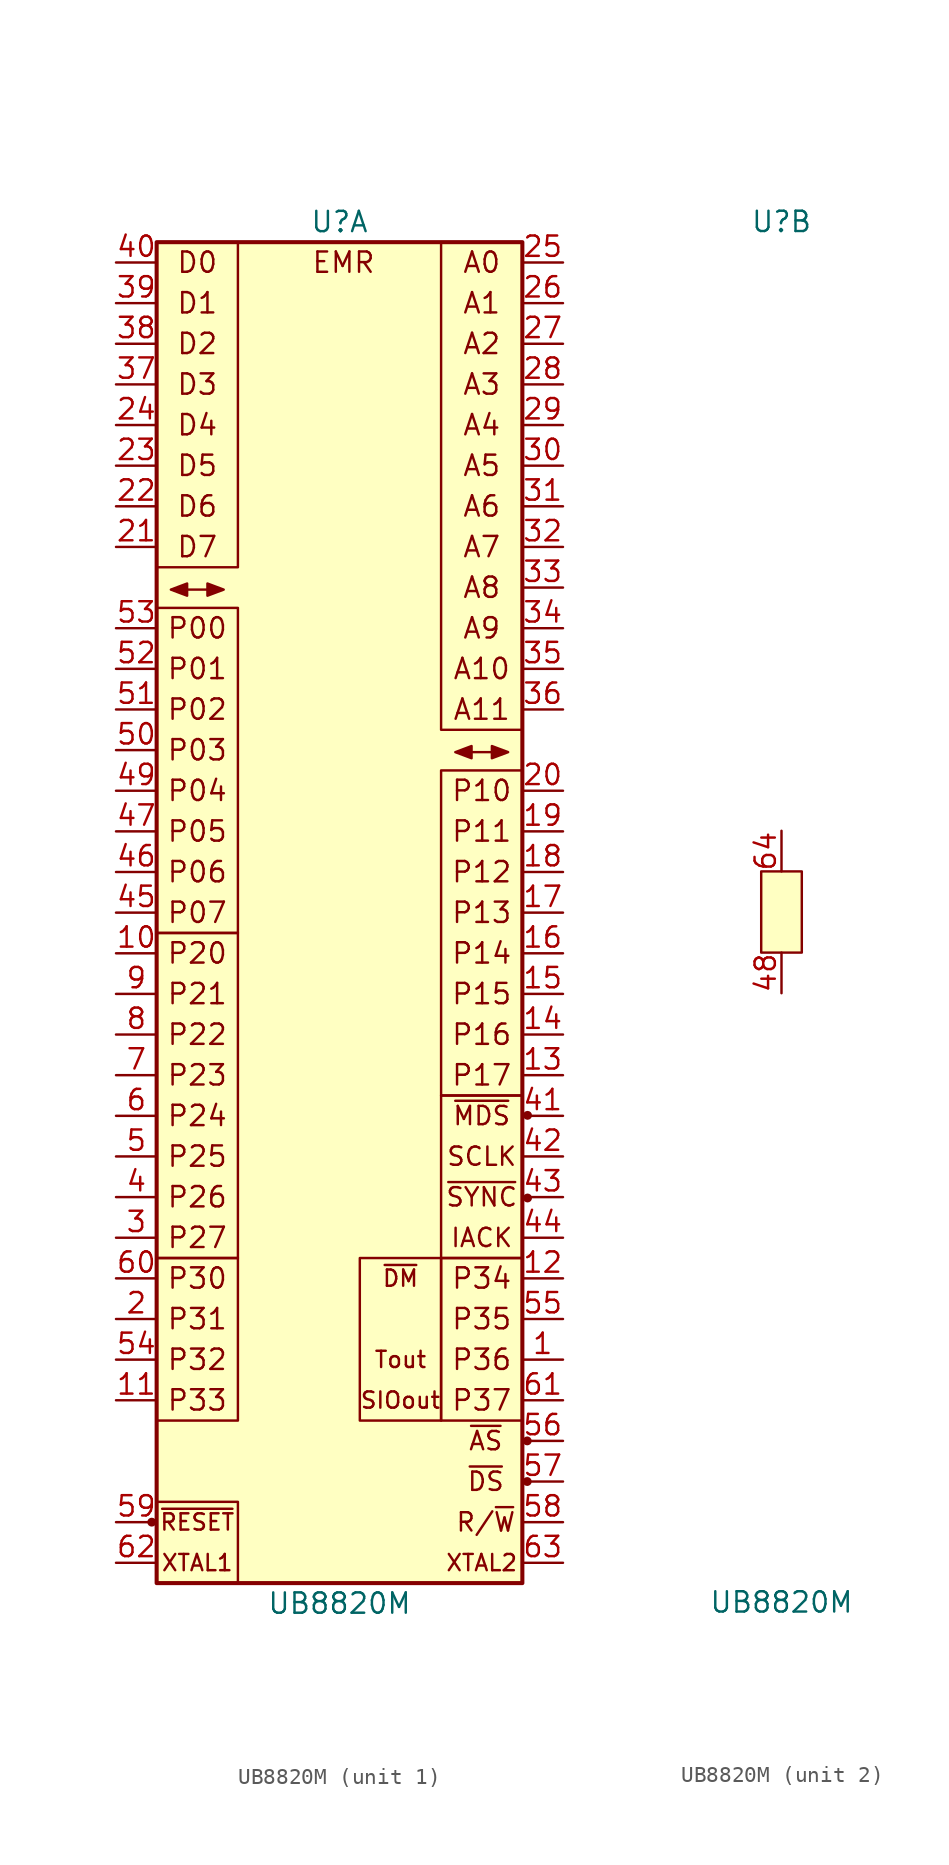
<source format=kicad_sym>
(kicad_symbol_lib
  (version 20211014)
  (generator kicad_symbol_editor)
  (symbol "UB8820M"
    (pin_names
      (offset 1.016) hide)
    (property "Reference" "U"
      (at 0 43.18 0)
      (effects (font (size 1.27 1.27))))
    (property "Value" "UB8820M"
      (at 0 -43.18 0)
      (effects (font (size 1.27 1.27))))
    (property "ki_locked" ""
      (at 0 0 0)
      (effects (font (size 1.27 1.27))))
    (symbol "UB8820M_1_0"
      (rectangle (start -11.43 -21.59) (end -6.35 -31.75) (stroke (width 0) (type default) (color 0 0 0 0)) (fill (type none)))
      (rectangle (start -11.43 21.59) (end -6.35 41.91) (stroke (width 0) (type default) (color 0 0 0 0)) (fill (type none)))
      (rectangle (start -6.35 -21.59) (end -11.43 -1.27) (stroke (width 0) (type default) (color 0 0 0 0)) (fill (type none)))
      (rectangle (start -6.35 -1.27) (end -11.43 19.05) (stroke (width 0) (type default) (color 0 0 0 0)) (fill (type none)))
      (rectangle (start 6.35 -11.43) (end 11.43 8.89) (stroke (width 0) (type default) (color 0 0 0 0)) (fill (type none)))
      (rectangle (start 11.43 11.43) (end 6.35 41.91) (stroke (width 0) (type default) (color 0 0 0 0)) (fill (type none))))
    (symbol "UB8820M_1_1"
      (circle (center -11.735 -38.1) (radius 0.203) (stroke (width 0) (type default) (color 0 0 0 0)) (fill (type outline)))
      (rectangle (start -11.43 -36.83) (end -6.35 -41.91) (stroke (width 0) (type default) (color 0 0 0 0)) (fill (type none)))
      (rectangle (start -11.43 41.91) (end 11.43 -41.91) (stroke (width 0.254) (type default) (color 0 0 0 0)) (fill (type background)))
      (polyline (pts (xy -9.525 20.193) (xy -8.255 20.193)) (stroke (width 0) (type default) (color 0 0 0 0)) (fill (type none)))
      (polyline (pts (xy 8.255 10.033) (xy 9.525 10.033)) (stroke (width 0) (type default) (color 0 0 0 0)) (fill (type none)))
      (polyline (pts (xy -9.525 20.574) (xy -10.541 20.193) (xy -9.525 19.812) (xy -9.525 20.574)) (stroke (width 0) (type default) (color 0 0 0 0)) (fill (type outline)))
      (polyline (pts (xy -8.255 20.574) (xy -7.239 20.193) (xy -8.255 19.812) (xy -8.255 20.574)) (stroke (width 0) (type default) (color 0 0 0 0)) (fill (type outline)))
      (polyline (pts (xy 8.255 10.414) (xy 7.239 10.033) (xy 8.255 9.652) (xy 8.255 10.414)) (stroke (width 0) (type default) (color 0 0 0 0)) (fill (type outline)))
      (polyline (pts (xy 9.525 10.414) (xy 10.541 10.033) (xy 9.525 9.652) (xy 9.525 10.414)) (stroke (width 0) (type default) (color 0 0 0 0)) (fill (type outline)))
      (rectangle (start 1.27 -21.59) (end 6.35 -31.75) (stroke (width 0) (type default) (color 0 0 0 0)) (fill (type none)))
      (rectangle (start 6.35 -21.59) (end 11.43 -31.75) (stroke (width 0) (type default) (color 0 0 0 0)) (fill (type none)))
      (rectangle (start 6.35 -11.43) (end 11.43 -21.59) (stroke (width 0) (type default) (color 0 0 0 0)) (fill (type none)))
      (circle (center 11.735 -35.56) (radius 0.203) (stroke (width 0) (type default) (color 0 0 0 0)) (fill (type outline)))
      (circle (center 11.735 -33.02) (radius 0.203) (stroke (width 0) (type default) (color 0 0 0 0)) (fill (type outline)))
      (circle (center 11.754 -17.837) (radius 0.203) (stroke (width 0) (type default) (color 0 0 0 0)) (fill (type outline)))
      (circle (center 11.754 -12.671) (radius 0.203) (stroke (width 0) (type default) (color 0 0 0 0)) (fill (type outline)))
      (text "A0" (at 8.89 40.64 0) (effects (font (size 1.27 1.27))))
      (text "A1" (at 8.89 38.1 0) (effects (font (size 1.27 1.27))))
      (text "A10" (at 8.89 15.24 0) (effects (font (size 1.27 1.27))))
      (text "A11" (at 8.89 12.7 0) (effects (font (size 1.27 1.27))))
      (text "A2" (at 8.89 35.56 0) (effects (font (size 1.27 1.27))))
      (text "A3" (at 8.89 33.02 0) (effects (font (size 1.27 1.27))))
      (text "A4" (at 8.89 30.48 0) (effects (font (size 1.27 1.27))))
      (text "A5" (at 8.89 27.94 0) (effects (font (size 1.27 1.27))))
      (text "A6" (at 8.89 25.4 0) (effects (font (size 1.27 1.27))))
      (text "A7" (at 8.89 22.86 0) (effects (font (size 1.27 1.27))))
      (text "A8" (at 8.89 20.32 0) (effects (font (size 1.27 1.27))))
      (text "A9" (at 8.89 17.78 0) (effects (font (size 1.27 1.27))))
      (text "D0" (at -8.89 40.64 0) (effects (font (size 1.27 1.27))))
      (text "D1" (at -8.89 38.1 0) (effects (font (size 1.27 1.27))))
      (text "D2" (at -8.89 35.56 0) (effects (font (size 1.27 1.27))))
      (text "D3" (at -8.89 33.02 0) (effects (font (size 1.27 1.27))))
      (text "D4" (at -8.89 30.48 0) (effects (font (size 1.27 1.27))))
      (text "D5" (at -8.89 27.94 0) (effects (font (size 1.27 1.27))))
      (text "D6" (at -8.89 25.4 0) (effects (font (size 1.27 1.27))))
      (text "D7" (at -8.89 22.86 0) (effects (font (size 1.27 1.27))))
      (text "EMR" (at 0.254 40.64 0) (effects (font (size 1.27 1.27))))
      (text "IACK" (at 8.89 -20.32 0) (effects (font (size 1.143 1.143))))
      (text "P00" (at -8.89 17.78 0) (effects (font (size 1.27 1.27))))
      (text "P01" (at -8.89 15.24 0) (effects (font (size 1.27 1.27))))
      (text "P02" (at -8.89 12.7 0) (effects (font (size 1.27 1.27))))
      (text "P03" (at -8.89 10.16 0) (effects (font (size 1.27 1.27))))
      (text "P04" (at -8.89 7.62 0) (effects (font (size 1.27 1.27))))
      (text "P05" (at -8.89 5.08 0) (effects (font (size 1.27 1.27))))
      (text "P06" (at -8.89 2.54 0) (effects (font (size 1.27 1.27))))
      (text "P07" (at -8.89 0 0) (effects (font (size 1.27 1.27))))
      (text "P10" (at 8.89 7.62 0) (effects (font (size 1.27 1.27))))
      (text "P11" (at 8.89 5.08 0) (effects (font (size 1.27 1.27))))
      (text "P12" (at 8.89 2.54 0) (effects (font (size 1.27 1.27))))
      (text "P13" (at 8.89 0 0) (effects (font (size 1.27 1.27))))
      (text "P14" (at 8.89 -2.54 0) (effects (font (size 1.27 1.27))))
      (text "P15" (at 8.89 -5.08 0) (effects (font (size 1.27 1.27))))
      (text "P16" (at 8.89 -7.62 0) (effects (font (size 1.27 1.27))))
      (text "P17" (at 8.89 -10.16 0) (effects (font (size 1.27 1.27))))
      (text "P20" (at -8.89 -2.54 0) (effects (font (size 1.27 1.27))))
      (text "P21" (at -8.89 -5.08 0) (effects (font (size 1.27 1.27))))
      (text "P22" (at -8.89 -7.62 0) (effects (font (size 1.27 1.27))))
      (text "P23" (at -8.89 -10.16 0) (effects (font (size 1.27 1.27))))
      (text "P24" (at -8.89 -12.7 0) (effects (font (size 1.27 1.27))))
      (text "P25" (at -8.89 -15.24 0) (effects (font (size 1.27 1.27))))
      (text "P26" (at -8.89 -17.78 0) (effects (font (size 1.27 1.27))))
      (text "P27" (at -8.89 -20.32 0) (effects (font (size 1.27 1.27))))
      (text "P30" (at -8.89 -22.86 0) (effects (font (size 1.27 1.27))))
      (text "P31" (at -8.89 -25.4 0) (effects (font (size 1.27 1.27))))
      (text "P32" (at -8.89 -27.94 0) (effects (font (size 1.27 1.27))))
      (text "P33" (at -8.89 -30.48 0) (effects (font (size 1.27 1.27))))
      (text "P34" (at 8.89 -22.86 0) (effects (font (size 1.27 1.27))))
      (text "P35" (at 8.89 -25.4 0) (effects (font (size 1.27 1.27))))
      (text "P36" (at 8.89 -27.94 0) (effects (font (size 1.27 1.27))))
      (text "P37" (at 8.89 -30.48 0) (effects (font (size 1.27 1.27))))
      (text "R/~{W}" (at 9.144 -38.1 0) (effects (font (size 1.143 1.143))))
      (text "SCLK" (at 8.89 -15.24 0) (effects (font (size 1.143 1.143))))
      (text "SIOout" (at 3.81 -30.48 0) (effects (font (size 1.016 1.016))))
      (text "Tout" (at 3.81 -27.94 0) (effects (font (size 1.016 1.016))))
      (text "XTAL1" (at -8.89 -40.64 0) (effects (font (size 1.016 1.016))))
      (text "XTAL2" (at 8.89 -40.64 0) (effects (font (size 1.016 1.016))))
      (text "~{AS}" (at 9.144 -33.02 0) (effects (font (size 1.143 1.143))))
      (text "~{DM}" (at 3.81 -22.86 0) (effects (font (size 1.016 1.016))))
      (text "~{DS}" (at 9.144 -35.56 0) (effects (font (size 1.143 1.143))))
      (text "~{MDS}" (at 8.89 -12.7 0) (effects (font (size 1.143 1.143))))
      (text "~{RESET}" (at -8.89 -38.1 0) (effects (font (size 1.016 1.016))))
      (text "~{SYNC}" (at 8.89 -17.78 0) (effects (font (size 1.143 1.143))))
      (pin output line (at 13.97 -27.94 180) (length 2.54) (name "P36" (effects (font (size 1.27 1.27)))) (number "1" (effects (font (size 1.27 1.27)))))
      (pin bidirectional line (at -13.97 -2.54 0) (length 2.54) (name "P20" (effects (font (size 1.27 1.27)))) (number "10" (effects (font (size 1.27 1.27)))))
      (pin input line (at -13.97 -30.48 0) (length 2.54) (name "P33" (effects (font (size 1.27 1.27)))) (number "11" (effects (font (size 1.27 1.27)))))
      (pin output line (at 13.97 -22.86 180) (length 2.54) (name "P34" (effects (font (size 1.27 1.27)))) (number "12" (effects (font (size 1.27 1.27)))))
      (pin bidirectional line (at 13.97 -10.16 180) (length 2.54) (name "P17" (effects (font (size 1.27 1.27)))) (number "13" (effects (font (size 1.27 1.27)))))
      (pin bidirectional line (at 13.97 -7.62 180) (length 2.54) (name "P16" (effects (font (size 1.27 1.27)))) (number "14" (effects (font (size 1.27 1.27)))))
      (pin bidirectional line (at 13.97 -5.08 180) (length 2.54) (name "P15" (effects (font (size 1.27 1.27)))) (number "15" (effects (font (size 1.27 1.27)))))
      (pin bidirectional line (at 13.97 -2.54 180) (length 2.54) (name "P14" (effects (font (size 1.27 1.27)))) (number "16" (effects (font (size 1.27 1.27)))))
      (pin bidirectional line (at 13.97 0 180) (length 2.54) (name "P13" (effects (font (size 1.27 1.27)))) (number "17" (effects (font (size 1.27 1.27)))))
      (pin bidirectional line (at 13.97 2.54 180) (length 2.54) (name "P12" (effects (font (size 1.27 1.27)))) (number "18" (effects (font (size 1.27 1.27)))))
      (pin bidirectional line (at 13.97 5.08 180) (length 2.54) (name "P11" (effects (font (size 1.27 1.27)))) (number "19" (effects (font (size 1.27 1.27)))))
      (pin input line (at -13.97 -25.4 0) (length 2.54) (name "P31" (effects (font (size 1.27 1.27)))) (number "2" (effects (font (size 1.27 1.27)))))
      (pin bidirectional line (at 13.97 7.62 180) (length 2.54) (name "P10" (effects (font (size 1.27 1.27)))) (number "20" (effects (font (size 1.27 1.27)))))
      (pin input line (at -13.97 22.86 0) (length 2.54) (name "D7" (effects (font (size 1.27 1.27)))) (number "21" (effects (font (size 1.27 1.27)))))
      (pin input line (at -13.97 25.4 0) (length 2.54) (name "D6" (effects (font (size 1.27 1.27)))) (number "22" (effects (font (size 1.27 1.27)))))
      (pin input line (at -13.97 27.94 0) (length 2.54) (name "D5" (effects (font (size 1.27 1.27)))) (number "23" (effects (font (size 1.27 1.27)))))
      (pin input line (at -13.97 30.48 0) (length 2.54) (name "D4" (effects (font (size 1.27 1.27)))) (number "24" (effects (font (size 1.27 1.27)))))
      (pin output line (at 13.97 40.64 180) (length 2.54) (name "A0" (effects (font (size 1.27 1.27)))) (number "25" (effects (font (size 1.27 1.27)))))
      (pin output line (at 13.97 38.1 180) (length 2.54) (name "A1" (effects (font (size 1.27 1.27)))) (number "26" (effects (font (size 1.27 1.27)))))
      (pin output line (at 13.97 35.56 180) (length 2.54) (name "A2" (effects (font (size 1.27 1.27)))) (number "27" (effects (font (size 1.27 1.27)))))
      (pin output line (at 13.97 33.02 180) (length 2.54) (name "A3" (effects (font (size 1.27 1.27)))) (number "28" (effects (font (size 1.27 1.27)))))
      (pin output line (at 13.97 30.48 180) (length 2.54) (name "A4" (effects (font (size 1.27 1.27)))) (number "29" (effects (font (size 1.27 1.27)))))
      (pin bidirectional line (at -13.97 -20.32 0) (length 2.54) (name "P27" (effects (font (size 1.27 1.27)))) (number "3" (effects (font (size 1.27 1.27)))))
      (pin output line (at 13.97 27.94 180) (length 2.54) (name "A5" (effects (font (size 1.27 1.27)))) (number "30" (effects (font (size 1.27 1.27)))))
      (pin output line (at 13.97 25.4 180) (length 2.54) (name "A6" (effects (font (size 1.27 1.27)))) (number "31" (effects (font (size 1.27 1.27)))))
      (pin output line (at 13.97 22.86 180) (length 2.54) (name "A7" (effects (font (size 1.27 1.27)))) (number "32" (effects (font (size 1.27 1.27)))))
      (pin output line (at 13.97 20.32 180) (length 2.54) (name "A8" (effects (font (size 1.27 1.27)))) (number "33" (effects (font (size 1.27 1.27)))))
      (pin output line (at 13.97 17.78 180) (length 2.54) (name "A9" (effects (font (size 1.27 1.27)))) (number "34" (effects (font (size 1.27 1.27)))))
      (pin output line (at 13.97 15.24 180) (length 2.54) (name "A10" (effects (font (size 1.27 1.27)))) (number "35" (effects (font (size 1.27 1.27)))))
      (pin output line (at 13.97 12.7 180) (length 2.54) (name "A11" (effects (font (size 1.27 1.27)))) (number "36" (effects (font (size 1.27 1.27)))))
      (pin input line (at -13.97 33.02 0) (length 2.54) (name "D3" (effects (font (size 1.27 1.27)))) (number "37" (effects (font (size 1.27 1.27)))))
      (pin input line (at -13.97 35.56 0) (length 2.54) (name "D2" (effects (font (size 1.27 1.27)))) (number "38" (effects (font (size 1.27 1.27)))))
      (pin input line (at -13.97 38.1 0) (length 2.54) (name "D1" (effects (font (size 1.27 1.27)))) (number "39" (effects (font (size 1.27 1.27)))))
      (pin bidirectional line (at -13.97 -17.78 0) (length 2.54) (name "P26" (effects (font (size 1.27 1.27)))) (number "4" (effects (font (size 1.27 1.27)))))
      (pin input line (at -13.97 40.64 0) (length 2.54) (name "D0" (effects (font (size 1.27 1.27)))) (number "40" (effects (font (size 1.27 1.27)))))
      (pin output line (at 13.97 -12.7 180) (length 2.54) (name "MDS" (effects (font (size 1.27 1.27)))) (number "41" (effects (font (size 1.27 1.27)))))
      (pin output line (at 13.97 -15.24 180) (length 2.54) (name "SCLK" (effects (font (size 1.27 1.27)))) (number "42" (effects (font (size 1.27 1.27)))))
      (pin output line (at 13.97 -17.78 180) (length 2.54) (name "SYNC" (effects (font (size 1.27 1.27)))) (number "43" (effects (font (size 1.27 1.27)))))
      (pin output line (at 13.97 -20.32 180) (length 2.54) (name "IACK" (effects (font (size 1.27 1.27)))) (number "44" (effects (font (size 1.27 1.27)))))
      (pin bidirectional line (at -13.97 0 0) (length 2.54) (name "P07" (effects (font (size 1.27 1.27)))) (number "45" (effects (font (size 1.27 1.27)))))
      (pin bidirectional line (at -13.97 2.54 0) (length 2.54) (name "P06" (effects (font (size 1.27 1.27)))) (number "46" (effects (font (size 1.27 1.27)))))
      (pin bidirectional line (at -13.97 5.08 0) (length 2.54) (name "P05" (effects (font (size 1.27 1.27)))) (number "47" (effects (font (size 1.27 1.27)))))
      (pin bidirectional line (at -13.97 7.62 0) (length 2.54) (name "P04" (effects (font (size 1.27 1.27)))) (number "49" (effects (font (size 1.27 1.27)))))
      (pin bidirectional line (at -13.97 -15.24 0) (length 2.54) (name "P25" (effects (font (size 1.27 1.27)))) (number "5" (effects (font (size 1.27 1.27)))))
      (pin bidirectional line (at -13.97 10.16 0) (length 2.54) (name "P03" (effects (font (size 1.27 1.27)))) (number "50" (effects (font (size 1.27 1.27)))))
      (pin bidirectional line (at -13.97 12.7 0) (length 2.54) (name "P02" (effects (font (size 1.27 1.27)))) (number "51" (effects (font (size 1.27 1.27)))))
      (pin bidirectional line (at -13.97 15.24 0) (length 2.54) (name "P01" (effects (font (size 1.27 1.27)))) (number "52" (effects (font (size 1.27 1.27)))))
      (pin bidirectional line (at -13.97 17.78 0) (length 2.54) (name "P00" (effects (font (size 1.27 1.27)))) (number "53" (effects (font (size 1.27 1.27)))))
      (pin input line (at -13.97 -27.94 0) (length 2.54) (name "P32" (effects (font (size 1.27 1.27)))) (number "54" (effects (font (size 1.27 1.27)))))
      (pin output line (at 13.97 -25.4 180) (length 2.54) (name "P35" (effects (font (size 1.27 1.27)))) (number "55" (effects (font (size 1.27 1.27)))))
      (pin tri_state line (at 13.97 -33.02 180) (length 2.54) (name "~{AS}" (effects (font (size 1.27 1.27)))) (number "56" (effects (font (size 1.27 1.27)))))
      (pin tri_state line (at 13.97 -35.56 180) (length 2.54) (name "~{DS}" (effects (font (size 1.27 1.27)))) (number "57" (effects (font (size 1.27 1.27)))))
      (pin tri_state line (at 13.97 -38.1 180) (length 2.54) (name "R/~{W}" (effects (font (size 1.27 1.27)))) (number "58" (effects (font (size 1.27 1.27)))))
      (pin input line (at -13.97 -38.1 0) (length 2.54) (name "~{RESET}" (effects (font (size 1.27 1.27)))) (number "59" (effects (font (size 1.27 1.27)))))
      (pin bidirectional line (at -13.97 -12.7 0) (length 2.54) (name "P24" (effects (font (size 1.27 1.27)))) (number "6" (effects (font (size 1.27 1.27)))))
      (pin input line (at -13.97 -22.86 0) (length 2.54) (name "P30" (effects (font (size 1.27 1.27)))) (number "60" (effects (font (size 1.27 1.27)))))
      (pin output line (at 13.97 -30.48 180) (length 2.54) (name "P37" (effects (font (size 1.27 1.27)))) (number "61" (effects (font (size 1.27 1.27)))))
      (pin input line (at -13.97 -40.64 0) (length 2.54) (name "XTAL1" (effects (font (size 1.27 1.27)))) (number "62" (effects (font (size 1.27 1.27)))))
      (pin output line (at 13.97 -40.64 180) (length 2.54) (name "XTAL2" (effects (font (size 1.27 1.27)))) (number "63" (effects (font (size 1.27 1.27)))))
      (pin bidirectional line (at -13.97 -10.16 0) (length 2.54) (name "P23" (effects (font (size 1.27 1.27)))) (number "7" (effects (font (size 1.27 1.27)))))
      (pin bidirectional line (at -13.97 -7.62 0) (length 2.54) (name "P22" (effects (font (size 1.27 1.27)))) (number "8" (effects (font (size 1.27 1.27)))))
      (pin bidirectional line (at -13.97 -5.08 0) (length 2.54) (name "P21" (effects (font (size 1.27 1.27)))) (number "9" (effects (font (size 1.27 1.27))))))
    (symbol "UB8820M_2_1"
      (rectangle (start -1.27 2.54) (end 1.27 -2.54) (stroke (width 0) (type default) (color 0 0 0 0)) (fill (type background)))
      (pin power_in line (at 0 -5.08 90) (length 2.54) (name "GND" (effects (font (size 1.27 1.27)))) (number "48" (effects (font (size 1.27 1.27)))))
      (pin power_in line (at 0 5.08 270) (length 2.54) (name "Vcc" (effects (font (size 1.27 1.27)))) (number "64" (effects (font (size 1.27 1.27))))))))
</source>
